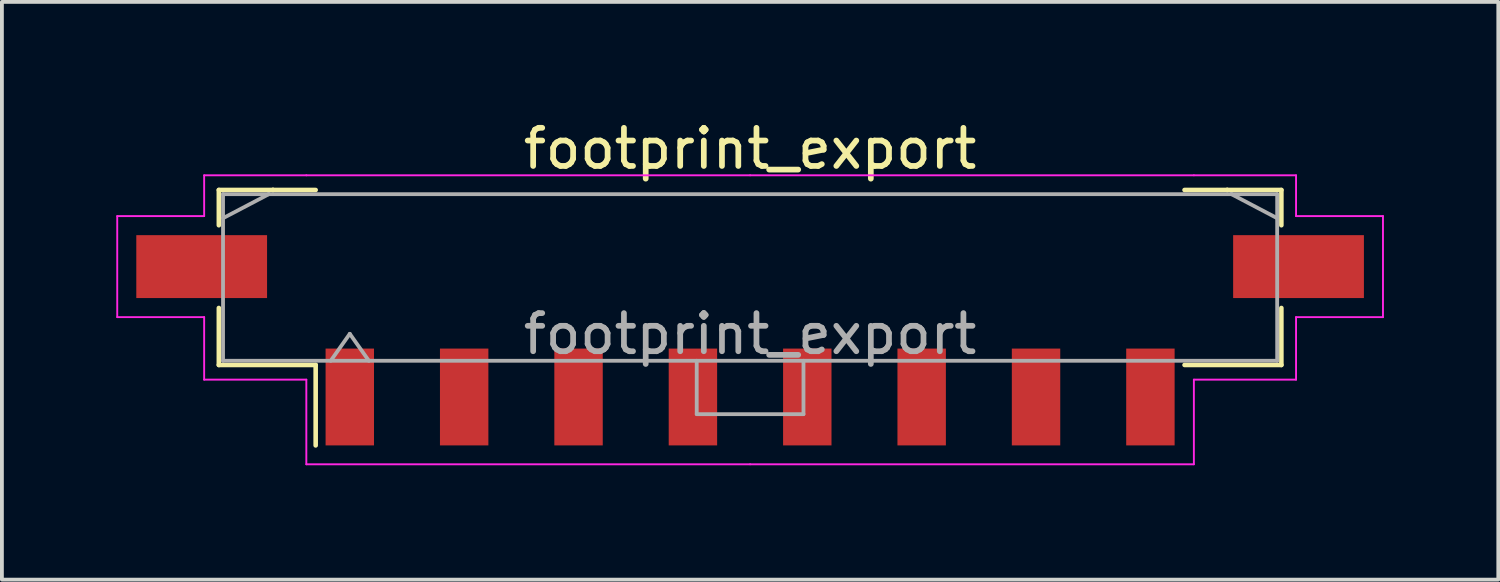
<source format=kicad_pcb>
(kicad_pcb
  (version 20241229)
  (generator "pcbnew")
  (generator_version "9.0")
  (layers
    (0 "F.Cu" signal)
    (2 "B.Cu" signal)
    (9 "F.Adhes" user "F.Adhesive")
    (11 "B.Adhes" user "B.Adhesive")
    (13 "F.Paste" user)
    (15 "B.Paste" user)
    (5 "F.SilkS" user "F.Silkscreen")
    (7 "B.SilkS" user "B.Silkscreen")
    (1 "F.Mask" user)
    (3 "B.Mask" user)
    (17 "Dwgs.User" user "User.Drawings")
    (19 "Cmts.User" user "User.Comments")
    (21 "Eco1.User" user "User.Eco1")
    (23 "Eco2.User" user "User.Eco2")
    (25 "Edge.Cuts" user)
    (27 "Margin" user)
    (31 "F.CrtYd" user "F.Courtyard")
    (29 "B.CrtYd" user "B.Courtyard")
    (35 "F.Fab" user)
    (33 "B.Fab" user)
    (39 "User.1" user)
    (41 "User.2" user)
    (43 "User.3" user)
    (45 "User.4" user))
  (footprint "footprint_export"
    (layer "F.Cu")
    (at 16.625 4.228)
    (property "Reference" "footprint_export" (at 0 -3.38 0) (layer "F.SilkS") (effects (font (size 1 1) (thickness 0.15))))
    (attr smd)
    (fp_line (start -13.935 -2.295) (end -12.515 -2.295) (stroke (width 0.12) (type solid)) (layer "F.SilkS"))
    (fp_line (start -13.935 -1.37) (end -13.935 -2.295) (stroke (width 0.12) (type solid)) (layer "F.SilkS"))
    (fp_line (start -13.935 0.8) (end -13.935 2.295) (stroke (width 0.12) (type solid)) (layer "F.SilkS"))
    (fp_line (start -13.935 2.295) (end -11.395 2.295) (stroke (width 0.12) (type solid)) (layer "F.SilkS"))
    (fp_line (start -12.515 -2.295) (end -12.515 -2.295) (stroke (width 0.12) (type solid)) (layer "F.SilkS"))
    (fp_line (start -12.515 -2.295) (end -11.395 -2.295) (stroke (width 0.12) (type solid)) (layer "F.SilkS"))
    (fp_line (start -11.395 2.295) (end -11.395 4.405) (stroke (width 0.12) (type solid)) (layer "F.SilkS"))
    (fp_line (start 12.515 -2.295) (end 11.395 -2.295) (stroke (width 0.12) (type solid)) (layer "F.SilkS"))
    (fp_line (start 12.515 -2.295) (end 12.515 -2.295) (stroke (width 0.12) (type solid)) (layer "F.SilkS"))
    (fp_line (start 13.935 -2.295) (end 12.515 -2.295) (stroke (width 0.12) (type solid)) (layer "F.SilkS"))
    (fp_line (start 13.935 -1.37) (end 13.935 -2.295) (stroke (width 0.12) (type solid)) (layer "F.SilkS"))
    (fp_line (start 13.935 0.8) (end 13.935 2.295) (stroke (width 0.12) (type solid)) (layer "F.SilkS"))
    (fp_line (start 13.935 2.295) (end 11.395 2.295) (stroke (width 0.12) (type solid)) (layer "F.SilkS"))
    (fp_line (start -16.6 -1.61) (end -16.6 1.04) (stroke (width 0.05) (type solid)) (layer "F.CrtYd"))
    (fp_line (start -16.6 1.04) (end -14.32 1.04) (stroke (width 0.05) (type solid)) (layer "F.CrtYd"))
    (fp_line (start -14.32 -2.68) (end -14.32 -1.61) (stroke (width 0.05) (type solid)) (layer "F.CrtYd"))
    (fp_line (start -14.32 -1.61) (end -16.6 -1.61) (stroke (width 0.05) (type solid)) (layer "F.CrtYd"))
    (fp_line (start -14.32 1.04) (end -14.32 2.68) (stroke (width 0.05) (type solid)) (layer "F.CrtYd"))
    (fp_line (start -14.32 2.68) (end -11.64 2.68) (stroke (width 0.05) (type solid)) (layer "F.CrtYd"))
    (fp_line (start -11.64 -2.68) (end -14.32 -2.68) (stroke (width 0.05) (type solid)) (layer "F.CrtYd"))
    (fp_line (start -11.64 2.68) (end -11.64 4.9) (stroke (width 0.05) (type solid)) (layer "F.CrtYd"))
    (fp_line (start -11.64 4.9) (end 0 4.9) (stroke (width 0.05) (type solid)) (layer "F.CrtYd"))
    (fp_line (start 0 -2.68) (end -11.64 -2.68) (stroke (width 0.05) (type solid)) (layer "F.CrtYd"))
    (fp_line (start 0 -2.68) (end 11.64 -2.68) (stroke (width 0.05) (type solid)) (layer "F.CrtYd"))
    (fp_line (start 11.64 -2.68) (end 14.32 -2.68) (stroke (width 0.05) (type solid)) (layer "F.CrtYd"))
    (fp_line (start 11.64 2.68) (end 11.64 4.9) (stroke (width 0.05) (type solid)) (layer "F.CrtYd"))
    (fp_line (start 11.64 4.9) (end 0 4.9) (stroke (width 0.05) (type solid)) (layer "F.CrtYd"))
    (fp_line (start 14.32 -2.68) (end 14.32 -1.61) (stroke (width 0.05) (type solid)) (layer "F.CrtYd"))
    (fp_line (start 14.32 -1.61) (end 16.6 -1.61) (stroke (width 0.05) (type solid)) (layer "F.CrtYd"))
    (fp_line (start 14.32 1.04) (end 14.32 2.68) (stroke (width 0.05) (type solid)) (layer "F.CrtYd"))
    (fp_line (start 14.32 2.68) (end 11.64 2.68) (stroke (width 0.05) (type solid)) (layer "F.CrtYd"))
    (fp_line (start 16.6 -1.61) (end 16.6 1.04) (stroke (width 0.05) (type solid)) (layer "F.CrtYd"))
    (fp_line (start 16.6 1.04) (end 14.32 1.04) (stroke (width 0.05) (type solid)) (layer "F.CrtYd"))
    (fp_line (start -13.825 -2.185) (end -13.825 2.185) (stroke (width 0.1) (type solid)) (layer "F.Fab"))
    (fp_line (start -13.825 -1.555) (end -12.625 -2.185) (stroke (width 0.1) (type solid)) (layer "F.Fab"))
    (fp_line (start -13.825 2.185) (end 13.825 2.185) (stroke (width 0.1) (type solid)) (layer "F.Fab"))
    (fp_line (start -12.625 -2.185) (end -13.825 -2.185) (stroke (width 0.1) (type solid)) (layer "F.Fab"))
    (fp_line (start -12.625 -2.185) (end -12.625 -2.185) (stroke (width 0.1) (type solid)) (layer "F.Fab"))
    (fp_line (start -11 2.185) (end -10.5 1.478) (stroke (width 0.1) (type solid)) (layer "F.Fab"))
    (fp_line (start -10.5 1.478) (end -10 2.185) (stroke (width 0.1) (type solid)) (layer "F.Fab"))
    (fp_line (start -1.4 2.185) (end -1.4 3.585) (stroke (width 0.1) (type solid)) (layer "F.Fab"))
    (fp_line (start -1.4 3.585) (end 1.4 3.585) (stroke (width 0.1) (type solid)) (layer "F.Fab"))
    (fp_line (start 1.4 3.585) (end 1.4 2.185) (stroke (width 0.1) (type solid)) (layer "F.Fab"))
    (fp_line (start 12.625 -2.185) (end -12.625 -2.185) (stroke (width 0.1) (type solid)) (layer "F.Fab"))
    (fp_line (start 12.625 -2.185) (end 12.625 -2.185) (stroke (width 0.1) (type solid)) (layer "F.Fab"))
    (fp_line (start 13.825 -2.185) (end 12.625 -2.185) (stroke (width 0.1) (type solid)) (layer "F.Fab"))
    (fp_line (start 13.825 -1.555) (end 12.625 -2.185) (stroke (width 0.1) (type solid)) (layer "F.Fab"))
    (fp_line (start 13.825 2.185) (end 13.825 -2.185) (stroke (width 0.1) (type solid)) (layer "F.Fab"))
    (fp_text user "${REFERENCE}" (at 0 1.48 0) (layer "F.Fab") (effects (font (size 1 1) (thickness 0.15))))
    (pad "1" smd rect (at -10.5 3.135) (size 1.27 2.54) (layers "F.Cu" "F.Mask" "F.Paste"))
    (pad "2" smd rect (at -7.5 3.135) (size 1.27 2.54) (layers "F.Cu" "F.Mask" "F.Paste"))
    (pad "3" smd rect (at -4.5 3.135) (size 1.27 2.54) (layers "F.Cu" "F.Mask" "F.Paste"))
    (pad "4" smd rect (at -1.5 3.135) (size 1.27 2.54) (layers "F.Cu" "F.Mask" "F.Paste"))
    (pad "5" smd rect (at 1.5 3.135) (size 1.27 2.54) (layers "F.Cu" "F.Mask" "F.Paste"))
    (pad "6" smd rect (at 4.5 3.135) (size 1.27 2.54) (layers "F.Cu" "F.Mask" "F.Paste"))
    (pad "7" smd rect (at 7.5 3.135) (size 1.27 2.54) (layers "F.Cu" "F.Mask" "F.Paste"))
    (pad "8" smd rect (at 10.5 3.135) (size 1.27 2.54) (layers "F.Cu" "F.Mask" "F.Paste"))
    (pad "MP" smd rect (at -14.385 -0.285) (size 3.43 1.65) (layers "F.Cu" "F.Mask" "F.Paste"))
    (pad "MP" smd rect (at 14.385 -0.285) (size 3.43 1.65) (layers "F.Cu" "F.Mask" "F.Paste")))
  (gr_rect
    (start -3 -3)
    (end 36.25 12.153)
    (stroke (width 0.1) (type default))
    (fill no)
    (layer "Edge.Cuts")))
</source>
